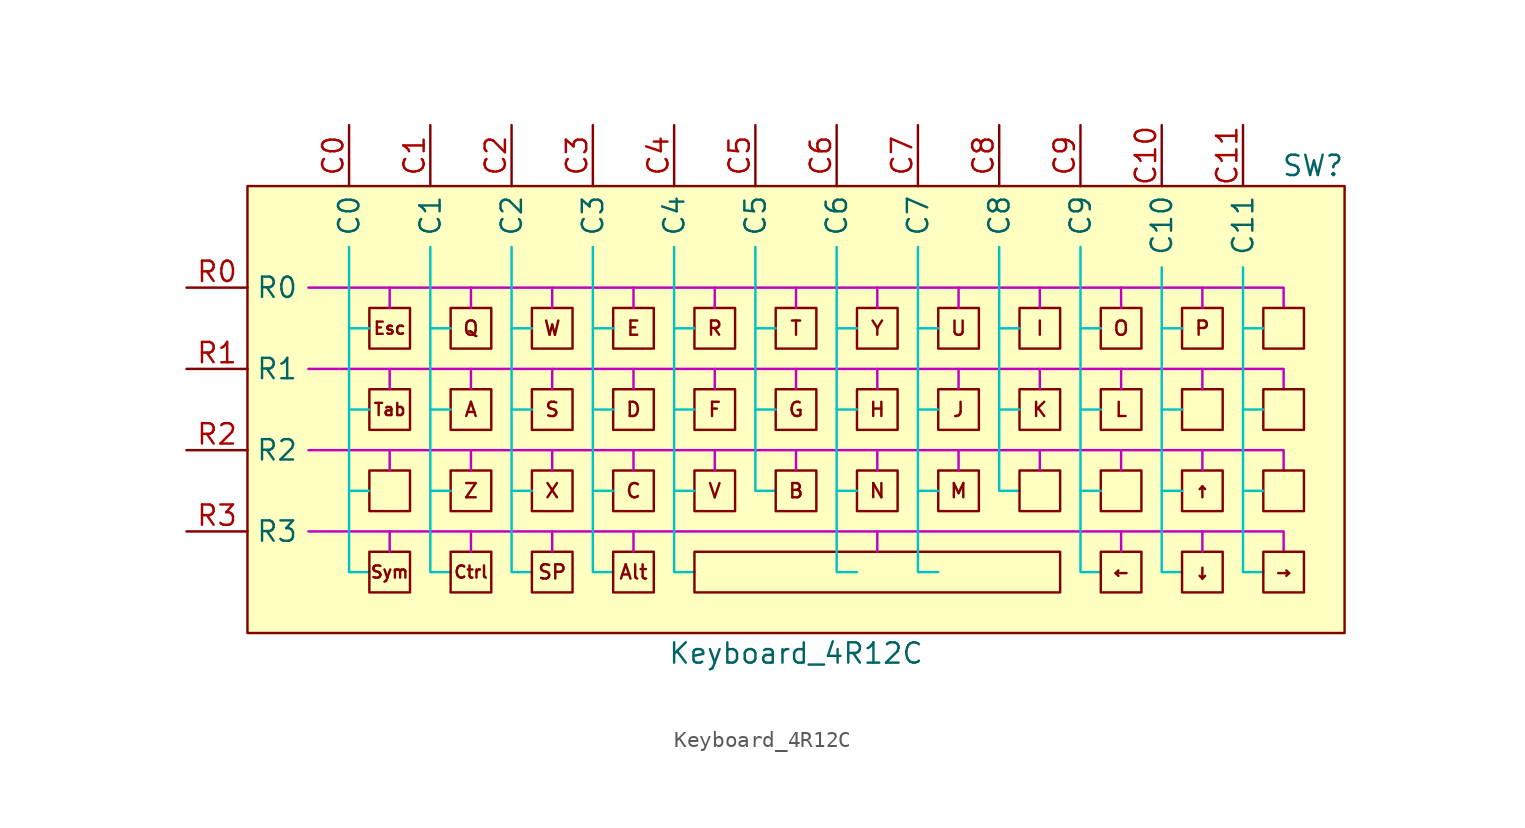
<source format=kicad_sym>
(kicad_symbol_lib
  (version 20231120)
  (generator "kicad_symbol_editor")
  (generator_version "8.0")
  (symbol "Keyboard_4R12C"
    (property "Reference" "SW"
      (at 34.29 15.24 0)
      (effects (font (size 1.27 1.27)) (justify right)))
    (property "Value" "Keyboard_4R12C"
      (at 0 -15.24 0)
      (effects (font (size 1.27 1.27))))
    (symbol "Keyboard_4R12C_0_0"
      (pin bidirectional line (at -27.94 17.78 270) (length 3.81) (name "C0" (effects (font (size 1.27 1.27)))) (number "C0" (effects (font (size 1.27 1.27)))))
      (pin bidirectional line (at -22.86 17.78 270) (length 3.81) (name "C1" (effects (font (size 1.27 1.27)))) (number "C1" (effects (font (size 1.27 1.27)))))
      (pin bidirectional line (at 22.86 17.78 270) (length 3.81) (name "C10" (effects (font (size 1.27 1.27)))) (number "C10" (effects (font (size 1.27 1.27)))))
      (pin bidirectional line (at -17.78 17.78 270) (length 3.81) (name "C2" (effects (font (size 1.27 1.27)))) (number "C2" (effects (font (size 1.27 1.27)))))
      (pin bidirectional line (at -12.7 17.78 270) (length 3.81) (name "C3" (effects (font (size 1.27 1.27)))) (number "C3" (effects (font (size 1.27 1.27)))))
      (pin bidirectional line (at -7.62 17.78 270) (length 3.81) (name "C4" (effects (font (size 1.27 1.27)))) (number "C4" (effects (font (size 1.27 1.27)))))
      (pin bidirectional line (at -2.54 17.78 270) (length 3.81) (name "C5" (effects (font (size 1.27 1.27)))) (number "C5" (effects (font (size 1.27 1.27)))))
      (pin bidirectional line (at 2.54 17.78 270) (length 3.81) (name "C6" (effects (font (size 1.27 1.27)))) (number "C6" (effects (font (size 1.27 1.27)))))
      (pin bidirectional line (at 7.62 17.78 270) (length 3.81) (name "C7" (effects (font (size 1.27 1.27)))) (number "C7" (effects (font (size 1.27 1.27)))))
      (pin bidirectional line (at 12.7 17.78 270) (length 3.81) (name "C8" (effects (font (size 1.27 1.27)))) (number "C8" (effects (font (size 1.27 1.27)))))
      (pin bidirectional line (at 17.78 17.78 270) (length 3.81) (name "C9" (effects (font (size 1.27 1.27)))) (number "C9" (effects (font (size 1.27 1.27)))))
      (pin bidirectional line (at -38.1 7.62 0) (length 3.81) (name "R0" (effects (font (size 1.27 1.27)))) (number "R0" (effects (font (size 1.27 1.27)))))
      (pin bidirectional line (at -38.1 2.54 0) (length 3.81) (name "R1" (effects (font (size 1.27 1.27)))) (number "R1" (effects (font (size 1.27 1.27)))))
      (pin bidirectional line (at -38.1 -2.54 0) (length 3.81) (name "R2" (effects (font (size 1.27 1.27)))) (number "R2" (effects (font (size 1.27 1.27)))))
      (pin bidirectional line (at -38.1 -7.62 0) (length 3.81) (name "R3" (effects (font (size 1.27 1.27)))) (number "R3" (effects (font (size 1.27 1.27))))))
    (symbol "Keyboard_4R12C_1_0"
      (polyline (pts (xy 30.785 5.283) (xy 30.578 5.078) (xy 30.785 4.873) (xy 30.7 4.787) (xy 30.492 4.993) (xy 30.285 4.787) (xy 30.2 4.873) (xy 30.407 5.078) (xy 30.2 5.283) (xy 30.285 5.369) (xy 30.492 5.163) (xy 30.7 5.369) (xy 30.785 5.283)) (stroke (width -0.0001) (type solid)) (fill (type color) (color 132 0 0 1)))
      (polyline (pts (xy 31.087 4.574) (xy 30.146 4.574) (xy 29.646 5.077) (xy 29.823 5.077) (xy 30.199 4.7) (xy 30.961 4.7) (xy 30.961 5.455) (xy 30.199 5.455) (xy 29.823 5.077) (xy 29.646 5.077) (xy 29.645 5.078) (xy 30.146 5.582) (xy 31.087 5.582) (xy 31.087 4.574)) (stroke (width -0.0001) (type solid)) (fill (type color) (color 132 0 0 1)))
      (polyline (pts (xy -24.765 -5.08) (xy -25.075 -5.08) (xy -25.075 -5.559) (xy -25.673 -5.559) (xy -25.673 -5.08) (xy -25.981 -5.08) (xy -25.88 -4.979) (xy -25.724 -4.979) (xy -25.552 -4.979) (xy -25.552 -5.458) (xy -25.194 -5.458) (xy -25.194 -4.979) (xy -25.022 -4.979) (xy -25.374 -4.628) (xy -25.724 -4.979) (xy -25.88 -4.979) (xy -25.374 -4.473) (xy -24.765 -5.08)) (stroke (width -0.0001) (type solid)) (fill (type color) (color 132 0 0 1)))
      (polyline (pts (xy 31.115 -5.08) (xy 30.805 -5.08) (xy 30.805 -5.559) (xy 30.207 -5.559) (xy 30.207 -5.08) (xy 29.899 -5.08) (xy 30 -4.979) (xy 30.156 -4.979) (xy 30.328 -4.979) (xy 30.328 -5.458) (xy 30.686 -5.458) (xy 30.686 -4.979) (xy 30.858 -4.979) (xy 30.506 -4.628) (xy 30.156 -4.979) (xy 30 -4.979) (xy 30.506 -4.473) (xy 31.115 -5.08)) (stroke (width -0.0001) (type solid)) (fill (type color) (color 132 0 0 1)))
      (polyline (pts (xy 31.115 -0.635) (xy 30.247 -0.635) (xy 30.247 -0.943) (xy 29.639 -0.336) (xy 29.795 -0.336) (xy 30.147 -0.687) (xy 30.147 -0.515) (xy 31.017 -0.515) (xy 31.017 0.4) (xy 30.655 0.4) (xy 30.655 -0.156) (xy 30.147 -0.156) (xy 30.147 0.016) (xy 29.795 -0.336) (xy 29.639 -0.336) (xy 30.246 0.273) (xy 30.246 -0.037) (xy 30.554 -0.037) (xy 30.554 0.519) (xy 31.115 0.519) (xy 31.115 -0.635)) (stroke (width -0.0001) (type solid)) (fill (type color) (color 132 0 0 1)))
      (pin bidirectional line (at 27.94 17.78 270) (length 3.81) (name "C11" (effects (font (size 1.27 1.27)))) (number "C11" (effects (font (size 1.27 1.27))))))
    (symbol "Keyboard_4R12C_1_1"
      (rectangle (start -34.29 13.97) (end 34.29 -13.97) (stroke (width 0) (type default)) (fill (type background)))
      (rectangle (start -26.67 -8.89) (end -24.13 -11.43) (stroke (width 0) (type default)) (fill (type none)))
      (rectangle (start -26.67 -3.81) (end -24.13 -6.35) (stroke (width 0) (type default)) (fill (type none)))
      (rectangle (start -26.67 1.27) (end -24.13 -1.27) (stroke (width 0) (type default)) (fill (type none)))
      (rectangle (start -26.67 6.35) (end -24.13 3.81) (stroke (width 0) (type default)) (fill (type none)))
      (rectangle (start -21.59 -8.89) (end -19.05 -11.43) (stroke (width 0) (type default)) (fill (type none)))
      (rectangle (start -21.59 -3.81) (end -19.05 -6.35) (stroke (width 0) (type default)) (fill (type none)))
      (rectangle (start -21.59 1.27) (end -19.05 -1.27) (stroke (width 0) (type default)) (fill (type none)))
      (rectangle (start -21.59 6.35) (end -19.05 3.81) (stroke (width 0) (type default)) (fill (type none)))
      (rectangle (start -16.51 -8.89) (end -13.97 -11.43) (stroke (width 0) (type default)) (fill (type none)))
      (rectangle (start -16.51 -3.81) (end -13.97 -6.35) (stroke (width 0) (type default)) (fill (type none)))
      (rectangle (start -16.51 1.27) (end -13.97 -1.27) (stroke (width 0) (type default)) (fill (type none)))
      (rectangle (start -16.51 6.35) (end -13.97 3.81) (stroke (width 0) (type default)) (fill (type none)))
      (rectangle (start -11.43 -8.89) (end -8.89 -11.43) (stroke (width 0) (type default)) (fill (type none)))
      (rectangle (start -11.43 -3.81) (end -8.89 -6.35) (stroke (width 0) (type default)) (fill (type none)))
      (rectangle (start -11.43 1.27) (end -8.89 -1.27) (stroke (width 0) (type default)) (fill (type none)))
      (rectangle (start -11.43 6.35) (end -8.89 3.81) (stroke (width 0) (type default)) (fill (type none)))
      (rectangle (start -6.35 -8.89) (end 16.51 -11.43) (stroke (width 0) (type default)) (fill (type none)))
      (rectangle (start -6.35 -3.81) (end -3.81 -6.35) (stroke (width 0) (type default)) (fill (type none)))
      (rectangle (start -6.35 1.27) (end -3.81 -1.27) (stroke (width 0) (type default)) (fill (type none)))
      (rectangle (start -6.35 6.35) (end -3.81 3.81) (stroke (width 0) (type default)) (fill (type none)))
      (rectangle (start -1.27 -3.81) (end 1.27 -6.35) (stroke (width 0) (type default)) (fill (type none)))
      (rectangle (start -1.27 1.27) (end 1.27 -1.27) (stroke (width 0) (type default)) (fill (type none)))
      (rectangle (start -1.27 6.35) (end 1.27 3.81) (stroke (width 0) (type default)) (fill (type none)))
      (polyline (pts (xy -26.67 -5.08) (xy -27.94 -5.08)) (stroke (width 0) (type default) (color 0 194 194 1)) (fill (type none)))
      (polyline (pts (xy -26.67 0) (xy -27.94 0)) (stroke (width 0) (type default) (color 0 194 194 1)) (fill (type none)))
      (polyline (pts (xy -26.67 5.08) (xy -27.94 5.08)) (stroke (width 0) (type default) (color 0 194 194 1)) (fill (type none)))
      (polyline (pts (xy -25.4 -8.89) (xy -25.4 -7.62)) (stroke (width 0) (type default) (color 194 0 194 1)) (fill (type none)))
      (polyline (pts (xy -25.4 -3.81) (xy -25.4 -2.54)) (stroke (width 0) (type default) (color 194 0 194 1)) (fill (type none)))
      (polyline (pts (xy -25.4 1.27) (xy -25.4 2.54)) (stroke (width 0) (type default) (color 194 0 194 1)) (fill (type none)))
      (polyline (pts (xy -25.4 6.35) (xy -25.4 7.62)) (stroke (width 0) (type default) (color 194 0 194 1)) (fill (type none)))
      (polyline (pts (xy -21.59 -5.08) (xy -22.86 -5.08)) (stroke (width 0) (type default) (color 0 194 194 1)) (fill (type none)))
      (polyline (pts (xy -21.59 0) (xy -22.86 0)) (stroke (width 0) (type default) (color 0 194 194 1)) (fill (type none)))
      (polyline (pts (xy -21.59 5.08) (xy -22.86 5.08)) (stroke (width 0) (type default) (color 0 194 194 1)) (fill (type none)))
      (polyline (pts (xy -20.32 -8.89) (xy -20.32 -7.62)) (stroke (width 0) (type default) (color 194 0 194 1)) (fill (type none)))
      (polyline (pts (xy -20.32 -3.81) (xy -20.32 -2.54)) (stroke (width 0) (type default) (color 194 0 194 1)) (fill (type none)))
      (polyline (pts (xy -20.32 1.27) (xy -20.32 2.54)) (stroke (width 0) (type default) (color 194 0 194 1)) (fill (type none)))
      (polyline (pts (xy -20.32 6.35) (xy -20.32 7.62)) (stroke (width 0) (type default) (color 194 0 194 1)) (fill (type none)))
      (polyline (pts (xy -16.51 -5.08) (xy -17.78 -5.08)) (stroke (width 0) (type default) (color 0 194 194 1)) (fill (type none)))
      (polyline (pts (xy -16.51 0) (xy -17.78 0)) (stroke (width 0) (type default) (color 0 194 194 1)) (fill (type none)))
      (polyline (pts (xy -16.51 5.08) (xy -17.78 5.08)) (stroke (width 0) (type default) (color 0 194 194 1)) (fill (type none)))
      (polyline (pts (xy -15.24 -8.89) (xy -15.24 -7.62)) (stroke (width 0) (type default) (color 194 0 194 1)) (fill (type none)))
      (polyline (pts (xy -15.24 -3.81) (xy -15.24 -2.54)) (stroke (width 0) (type default) (color 194 0 194 1)) (fill (type none)))
      (polyline (pts (xy -15.24 1.27) (xy -15.24 2.54)) (stroke (width 0) (type default) (color 194 0 194 1)) (fill (type none)))
      (polyline (pts (xy -15.24 6.35) (xy -15.24 7.62)) (stroke (width 0) (type default) (color 194 0 194 1)) (fill (type none)))
      (polyline (pts (xy -11.43 -5.08) (xy -12.7 -5.08)) (stroke (width 0) (type default) (color 0 194 194 1)) (fill (type none)))
      (polyline (pts (xy -11.43 0) (xy -12.7 0)) (stroke (width 0) (type default) (color 0 194 194 1)) (fill (type none)))
      (polyline (pts (xy -11.43 5.08) (xy -12.7 5.08)) (stroke (width 0) (type default) (color 0 194 194 1)) (fill (type none)))
      (polyline (pts (xy -10.16 -8.89) (xy -10.16 -7.62)) (stroke (width 0) (type default) (color 194 0 194 1)) (fill (type none)))
      (polyline (pts (xy -10.16 -3.81) (xy -10.16 -2.54)) (stroke (width 0) (type default) (color 194 0 194 1)) (fill (type none)))
      (polyline (pts (xy -10.16 1.27) (xy -10.16 2.54)) (stroke (width 0) (type default) (color 194 0 194 1)) (fill (type none)))
      (polyline (pts (xy -10.16 6.35) (xy -10.16 7.62)) (stroke (width 0) (type default) (color 194 0 194 1)) (fill (type none)))
      (polyline (pts (xy -6.35 -5.08) (xy -7.62 -5.08)) (stroke (width 0) (type default) (color 0 194 194 1)) (fill (type none)))
      (polyline (pts (xy -6.35 0) (xy -7.62 0)) (stroke (width 0) (type default) (color 0 194 194 1)) (fill (type none)))
      (polyline (pts (xy -6.35 5.08) (xy -7.62 5.08)) (stroke (width 0) (type default) (color 0 194 194 1)) (fill (type none)))
      (polyline (pts (xy -5.08 -3.81) (xy -5.08 -2.54)) (stroke (width 0) (type default) (color 194 0 194 1)) (fill (type none)))
      (polyline (pts (xy -5.08 1.27) (xy -5.08 2.54)) (stroke (width 0) (type default) (color 194 0 194 1)) (fill (type none)))
      (polyline (pts (xy -5.08 6.35) (xy -5.08 7.62)) (stroke (width 0) (type default) (color 194 0 194 1)) (fill (type none)))
      (polyline (pts (xy -1.27 0) (xy -2.54 0)) (stroke (width 0) (type default) (color 0 194 194 1)) (fill (type none)))
      (polyline (pts (xy -1.27 5.08) (xy -2.54 5.08)) (stroke (width 0) (type default) (color 0 194 194 1)) (fill (type none)))
      (polyline (pts (xy 0 -3.81) (xy 0 -2.54)) (stroke (width 0) (type default) (color 194 0 194 1)) (fill (type none)))
      (polyline (pts (xy 0 1.27) (xy 0 2.54)) (stroke (width 0) (type default) (color 194 0 194 1)) (fill (type none)))
      (polyline (pts (xy 0 6.35) (xy 0 7.62)) (stroke (width 0) (type default) (color 194 0 194 1)) (fill (type none)))
      (polyline (pts (xy 3.81 -5.08) (xy 2.54 -5.08)) (stroke (width 0) (type default) (color 0 194 194 1)) (fill (type none)))
      (polyline (pts (xy 3.81 0) (xy 2.54 0)) (stroke (width 0) (type default) (color 0 194 194 1)) (fill (type none)))
      (polyline (pts (xy 3.81 5.08) (xy 2.54 5.08)) (stroke (width 0) (type default) (color 0 194 194 1)) (fill (type none)))
      (polyline (pts (xy 5.08 -8.89) (xy 5.08 -7.62)) (stroke (width 0) (type default) (color 194 0 194 1)) (fill (type none)))
      (polyline (pts (xy 5.08 -3.81) (xy 5.08 -2.54)) (stroke (width 0) (type default) (color 194 0 194 1)) (fill (type none)))
      (polyline (pts (xy 5.08 1.27) (xy 5.08 2.54)) (stroke (width 0) (type default) (color 194 0 194 1)) (fill (type none)))
      (polyline (pts (xy 5.08 6.35) (xy 5.08 7.62)) (stroke (width 0) (type default) (color 194 0 194 1)) (fill (type none)))
      (polyline (pts (xy 8.89 -5.08) (xy 7.62 -5.08)) (stroke (width 0) (type default) (color 0 194 194 1)) (fill (type none)))
      (polyline (pts (xy 8.89 0) (xy 7.62 0)) (stroke (width 0) (type default) (color 0 194 194 1)) (fill (type none)))
      (polyline (pts (xy 8.89 5.08) (xy 7.62 5.08)) (stroke (width 0) (type default) (color 0 194 194 1)) (fill (type none)))
      (polyline (pts (xy 10.16 -3.81) (xy 10.16 -2.54)) (stroke (width 0) (type default) (color 194 0 194 1)) (fill (type none)))
      (polyline (pts (xy 10.16 1.27) (xy 10.16 2.54)) (stroke (width 0) (type default) (color 194 0 194 1)) (fill (type none)))
      (polyline (pts (xy 10.16 6.35) (xy 10.16 7.62)) (stroke (width 0) (type default) (color 194 0 194 1)) (fill (type none)))
      (polyline (pts (xy 13.97 0) (xy 12.7 0)) (stroke (width 0) (type default) (color 0 194 194 1)) (fill (type none)))
      (polyline (pts (xy 13.97 5.08) (xy 12.7 5.08)) (stroke (width 0) (type default) (color 0 194 194 1)) (fill (type none)))
      (polyline (pts (xy 15.24 -3.81) (xy 15.24 -2.54)) (stroke (width 0) (type default) (color 194 0 194 1)) (fill (type none)))
      (polyline (pts (xy 15.24 1.27) (xy 15.24 2.54)) (stroke (width 0) (type default) (color 194 0 194 1)) (fill (type none)))
      (polyline (pts (xy 15.24 6.35) (xy 15.24 7.62)) (stroke (width 0) (type default) (color 194 0 194 1)) (fill (type none)))
      (polyline (pts (xy 19.05 -5.08) (xy 17.78 -5.08)) (stroke (width 0) (type default) (color 0 194 194 1)) (fill (type none)))
      (polyline (pts (xy 19.05 0) (xy 17.78 0)) (stroke (width 0) (type default) (color 0 194 194 1)) (fill (type none)))
      (polyline (pts (xy 19.05 5.08) (xy 17.78 5.08)) (stroke (width 0) (type default) (color 0 194 194 1)) (fill (type none)))
      (polyline (pts (xy 20.32 -8.89) (xy 20.32 -7.62)) (stroke (width 0) (type default) (color 194 0 194 1)) (fill (type none)))
      (polyline (pts (xy 20.32 -3.81) (xy 20.32 -2.54)) (stroke (width 0) (type default) (color 194 0 194 1)) (fill (type none)))
      (polyline (pts (xy 20.32 1.27) (xy 20.32 2.54)) (stroke (width 0) (type default) (color 194 0 194 1)) (fill (type none)))
      (polyline (pts (xy 20.32 6.35) (xy 20.32 7.62)) (stroke (width 0) (type default) (color 194 0 194 1)) (fill (type none)))
      (polyline (pts (xy 24.13 -5.08) (xy 22.86 -5.08)) (stroke (width 0) (type default) (color 0 194 194 1)) (fill (type none)))
      (polyline (pts (xy 24.13 0) (xy 22.86 0)) (stroke (width 0) (type default) (color 0 194 194 1)) (fill (type none)))
      (polyline (pts (xy 24.13 5.08) (xy 22.86 5.08)) (stroke (width 0) (type default) (color 0 194 194 1)) (fill (type none)))
      (polyline (pts (xy 25.4 -8.89) (xy 25.4 -7.62)) (stroke (width 0) (type default) (color 194 0 194 1)) (fill (type none)))
      (polyline (pts (xy 25.4 -3.81) (xy 25.4 -2.54)) (stroke (width 0) (type default) (color 194 0 194 1)) (fill (type none)))
      (polyline (pts (xy 25.4 1.27) (xy 25.4 2.54)) (stroke (width 0) (type default) (color 194 0 194 1)) (fill (type none)))
      (polyline (pts (xy 25.4 6.35) (xy 25.4 7.62)) (stroke (width 0) (type default) (color 194 0 194 1)) (fill (type none)))
      (polyline (pts (xy 29.21 -5.08) (xy 27.94 -5.08)) (stroke (width 0) (type default) (color 0 194 194 1)) (fill (type none)))
      (polyline (pts (xy 29.21 0) (xy 27.94 0)) (stroke (width 0) (type default) (color 0 194 194 1)) (fill (type none)))
      (polyline (pts (xy 29.21 5.08) (xy 27.94 5.08)) (stroke (width 0) (type default) (color 0 194 194 1)) (fill (type none)))
      (polyline (pts (xy -30.48 -7.62) (xy 30.48 -7.62) (xy 30.48 -8.89)) (stroke (width 0) (type default) (color 194 0 194 1)) (fill (type none)))
      (polyline (pts (xy -30.48 -2.54) (xy 30.48 -2.54) (xy 30.48 -3.81)) (stroke (width 0) (type default) (color 194 0 194 1)) (fill (type none)))
      (polyline (pts (xy -30.48 2.54) (xy 30.48 2.54) (xy 30.48 1.27)) (stroke (width 0) (type default) (color 194 0 194 1)) (fill (type none)))
      (polyline (pts (xy -30.48 7.62) (xy 30.48 7.62) (xy 30.48 6.35)) (stroke (width 0) (type default) (color 194 0 194 1)) (fill (type none)))
      (polyline (pts (xy -27.94 10.16) (xy -27.94 -10.16) (xy -26.67 -10.16)) (stroke (width 0) (type default) (color 0 194 194 1)) (fill (type none)))
      (polyline (pts (xy -22.86 10.16) (xy -22.86 -10.16) (xy -21.59 -10.16)) (stroke (width 0) (type default) (color 0 194 194 1)) (fill (type none)))
      (polyline (pts (xy -17.78 10.16) (xy -17.78 -10.16) (xy -16.51 -10.16)) (stroke (width 0) (type default) (color 0 194 194 1)) (fill (type none)))
      (polyline (pts (xy -12.7 10.16) (xy -12.7 -10.16) (xy -11.43 -10.16)) (stroke (width 0) (type default) (color 0 194 194 1)) (fill (type none)))
      (polyline (pts (xy -7.62 10.16) (xy -7.62 -10.16) (xy -6.35 -10.16)) (stroke (width 0) (type default) (color 0 194 194 1)) (fill (type none)))
      (polyline (pts (xy -2.54 10.16) (xy -2.54 -5.08) (xy -1.27 -5.08)) (stroke (width 0) (type default) (color 0 194 194 1)) (fill (type none)))
      (polyline (pts (xy 2.54 10.16) (xy 2.54 -10.16) (xy 3.81 -10.16)) (stroke (width 0) (type default) (color 0 194 194 1)) (fill (type none)))
      (polyline (pts (xy 7.62 10.16) (xy 7.62 -10.16) (xy 8.89 -10.16)) (stroke (width 0) (type default) (color 0 194 194 1)) (fill (type none)))
      (polyline (pts (xy 12.7 10.16) (xy 12.7 -5.08) (xy 13.97 -5.08)) (stroke (width 0) (type default) (color 0 194 194 1)) (fill (type none)))
      (polyline (pts (xy 17.78 10.16) (xy 17.78 -10.16) (xy 19.05 -10.16)) (stroke (width 0) (type default) (color 0 194 194 1)) (fill (type none)))
      (polyline (pts (xy 22.86 8.89) (xy 22.86 -10.16) (xy 24.13 -10.16)) (stroke (width 0) (type default) (color 0 194 194 1)) (fill (type none)))
      (polyline (pts (xy 27.94 8.89) (xy 27.94 -10.16) (xy 29.21 -10.16)) (stroke (width 0) (type default) (color 0 194 194 1)) (fill (type none)))
      (rectangle (start 3.81 -3.81) (end 6.35 -6.35) (stroke (width 0) (type default)) (fill (type none)))
      (rectangle (start 3.81 1.27) (end 6.35 -1.27) (stroke (width 0) (type default)) (fill (type none)))
      (rectangle (start 3.81 6.35) (end 6.35 3.81) (stroke (width 0) (type default)) (fill (type none)))
      (rectangle (start 8.89 -3.81) (end 11.43 -6.35) (stroke (width 0) (type default)) (fill (type none)))
      (rectangle (start 8.89 1.27) (end 11.43 -1.27) (stroke (width 0) (type default)) (fill (type none)))
      (rectangle (start 8.89 6.35) (end 11.43 3.81) (stroke (width 0) (type default)) (fill (type none)))
      (rectangle (start 13.97 -3.81) (end 16.51 -6.35) (stroke (width 0) (type default)) (fill (type none)))
      (rectangle (start 13.97 1.27) (end 16.51 -1.27) (stroke (width 0) (type default)) (fill (type none)))
      (rectangle (start 13.97 6.35) (end 16.51 3.81) (stroke (width 0) (type default)) (fill (type none)))
      (rectangle (start 19.05 -8.89) (end 21.59 -11.43) (stroke (width 0) (type default)) (fill (type none)))
      (rectangle (start 19.05 -3.81) (end 21.59 -6.35) (stroke (width 0) (type default)) (fill (type none)))
      (rectangle (start 19.05 1.27) (end 21.59 -1.27) (stroke (width 0) (type default)) (fill (type none)))
      (rectangle (start 19.05 6.35) (end 21.59 3.81) (stroke (width 0) (type default)) (fill (type none)))
      (rectangle (start 24.13 -8.89) (end 26.67 -11.43) (stroke (width 0) (type default)) (fill (type none)))
      (rectangle (start 24.13 -3.81) (end 26.67 -6.35) (stroke (width 0) (type default)) (fill (type none)))
      (rectangle (start 24.13 1.27) (end 26.67 -1.27) (stroke (width 0) (type default)) (fill (type none)))
      (rectangle (start 24.13 6.35) (end 26.67 3.81) (stroke (width 0) (type default)) (fill (type none)))
      (rectangle (start 29.21 -8.89) (end 31.75 -11.43) (stroke (width 0) (type default)) (fill (type none)))
      (rectangle (start 29.21 -3.81) (end 31.75 -6.35) (stroke (width 0) (type default)) (fill (type none)))
      (rectangle (start 29.21 1.27) (end 31.75 -1.27) (stroke (width 0) (type default)) (fill (type none)))
      (rectangle (start 29.21 6.35) (end 31.75 3.81) (stroke (width 0) (type default)) (fill (type none)))
      (text "A" (at -20.32 0 0) (effects (font (size 0.889 0.889))))
      (text "Alt" (at -10.16 -10.16 0) (effects (font (size 0.889 0.889))))
      (text "B" (at 0 -5.08 0) (effects (font (size 0.889 0.889))))
      (text "C" (at -10.16 -5.08 0) (effects (font (size 0.889 0.889))))
      (text "Ctrl" (at -20.32 -10.16 0) (effects (font (size 0.762 0.762))))
      (text "D" (at -10.16 0 0) (effects (font (size 0.889 0.889))))
      (text "E" (at -10.16 5.08 0) (effects (font (size 0.889 0.889))))
      (text "Esc" (at -25.4 5.08 0) (effects (font (size 0.762 0.762))))
      (text "F" (at -5.08 0 0) (effects (font (size 0.889 0.889))))
      (text "G" (at 0 0 0) (effects (font (size 0.889 0.889))))
      (text "H" (at 5.08 0 0) (effects (font (size 0.889 0.889))))
      (text "I" (at 15.24 5.08 0) (effects (font (size 0.889 0.889))))
      (text "J" (at 10.16 0 0) (effects (font (size 0.889 0.889))))
      (text "K" (at 15.24 0 0) (effects (font (size 0.889 0.889))))
      (text "L" (at 20.32 0 0) (effects (font (size 0.889 0.889))))
      (text "M" (at 10.16 -5.08 0) (effects (font (size 0.889 0.889))))
      (text "N" (at 5.08 -5.08 0) (effects (font (size 0.889 0.889))))
      (text "O" (at 20.32 5.08 0) (effects (font (size 0.889 0.889))))
      (text "P\n" (at 25.4 5.08 0) (effects (font (size 0.889 0.889))))
      (text "Q" (at -20.32 5.08 0) (effects (font (size 0.889 0.889))))
      (text "R" (at -5.08 5.08 0) (effects (font (size 0.889 0.889))))
      (text "S" (at -15.24 0 0) (effects (font (size 0.889 0.889))))
      (text "SP" (at -15.24 -10.16 0) (effects (font (size 0.889 0.889))))
      (text "Sym" (at -25.4 -10.16 0) (effects (font (size 0.762 0.762))))
      (text "T" (at 0 5.08 0) (effects (font (size 0.889 0.889))))
      (text "Tab" (at -25.4 0 0) (effects (font (size 0.762 0.762))))
      (text "U" (at 10.16 5.08 0) (effects (font (size 0.889 0.889))))
      (text "V" (at -5.08 -5.08 0) (effects (font (size 0.889 0.889))))
      (text "W" (at -15.24 5.08 0) (effects (font (size 0.889 0.889))))
      (text "X" (at -15.24 -5.08 0) (effects (font (size 0.889 0.889))))
      (text "Y" (at 5.08 5.08 0) (effects (font (size 0.889 0.889))))
      (text "Z" (at -20.32 -5.08 0) (effects (font (size 0.889 0.889))))
      (text "←" (at 20.32 -10.16 0) (effects (font (size 0.889 0.889))))
      (text "↑" (at 25.4 -5.08 0) (effects (font (size 0.889 0.889))))
      (text "→" (at 30.48 -10.16 0) (effects (font (size 0.889 0.889))))
      (text "↓" (at 25.4 -10.16 0) (effects (font (size 0.889 0.889)))))))
</source>
